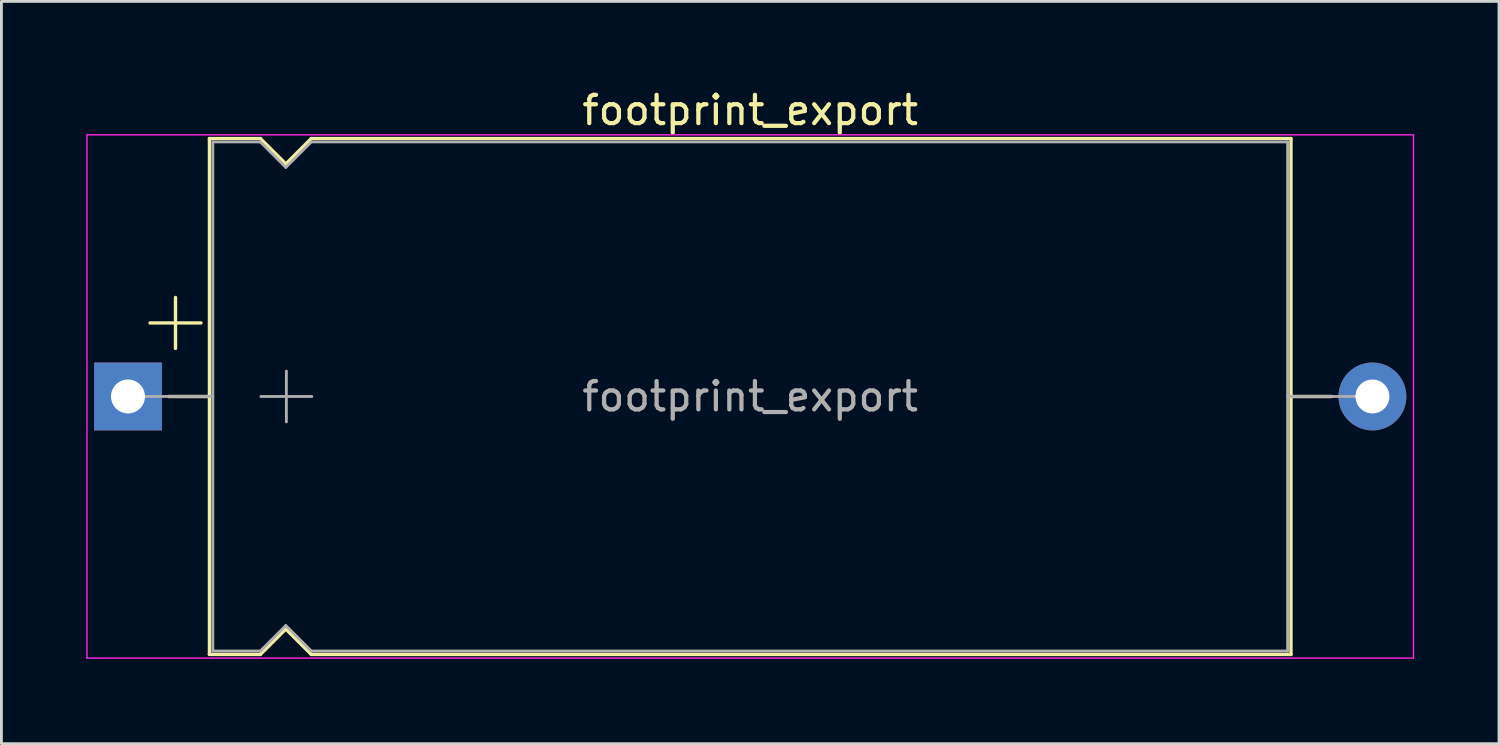
<source format=kicad_pcb>
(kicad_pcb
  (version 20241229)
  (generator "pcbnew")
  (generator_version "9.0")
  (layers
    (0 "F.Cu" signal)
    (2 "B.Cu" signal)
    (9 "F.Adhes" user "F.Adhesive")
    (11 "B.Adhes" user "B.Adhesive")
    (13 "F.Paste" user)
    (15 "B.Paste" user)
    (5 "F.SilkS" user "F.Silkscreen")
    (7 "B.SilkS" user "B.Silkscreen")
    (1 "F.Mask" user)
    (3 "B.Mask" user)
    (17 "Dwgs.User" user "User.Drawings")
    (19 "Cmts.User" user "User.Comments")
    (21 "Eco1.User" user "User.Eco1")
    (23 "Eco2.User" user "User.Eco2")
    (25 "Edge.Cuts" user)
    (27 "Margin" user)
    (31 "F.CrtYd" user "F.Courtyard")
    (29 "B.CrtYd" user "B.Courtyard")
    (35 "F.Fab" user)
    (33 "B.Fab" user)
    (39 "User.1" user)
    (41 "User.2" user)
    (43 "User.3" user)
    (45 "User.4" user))
  (footprint "footprint_export"
    (layer "F.Cu")
    (at 1.475 10.968)
    (property "Reference" "footprint_export" (at 22 -10.12 0) (layer "F.SilkS") (effects (font (size 1 1) (thickness 0.15))))
    (attr through_hole)
    (fp_line (start 0.78 -2.6) (end 2.58 -2.6) (stroke (width 0.12) (type solid)) (layer "F.SilkS"))
    (fp_line (start 1.44 0) (end 2.88 0) (stroke (width 0.12) (type solid)) (layer "F.SilkS"))
    (fp_line (start 1.68 -3.5) (end 1.68 -1.7) (stroke (width 0.12) (type solid)) (layer "F.SilkS"))
    (fp_line (start 2.88 -9.12) (end 2.88 9.12) (stroke (width 0.12) (type solid)) (layer "F.SilkS"))
    (fp_line (start 2.88 -9.12) (end 4.68 -9.12) (stroke (width 0.12) (type solid)) (layer "F.SilkS"))
    (fp_line (start 2.88 9.12) (end 4.68 9.12) (stroke (width 0.12) (type solid)) (layer "F.SilkS"))
    (fp_line (start 4.68 -9.12) (end 5.58 -8.22) (stroke (width 0.12) (type solid)) (layer "F.SilkS"))
    (fp_line (start 4.68 9.12) (end 5.58 8.22) (stroke (width 0.12) (type solid)) (layer "F.SilkS"))
    (fp_line (start 5.58 -8.22) (end 6.48 -9.12) (stroke (width 0.12) (type solid)) (layer "F.SilkS"))
    (fp_line (start 5.58 8.22) (end 6.48 9.12) (stroke (width 0.12) (type solid)) (layer "F.SilkS"))
    (fp_line (start 6.48 -9.12) (end 41.12 -9.12) (stroke (width 0.12) (type solid)) (layer "F.SilkS"))
    (fp_line (start 6.48 9.12) (end 41.12 9.12) (stroke (width 0.12) (type solid)) (layer "F.SilkS"))
    (fp_line (start 41.12 -9.12) (end 41.12 9.12) (stroke (width 0.12) (type solid)) (layer "F.SilkS"))
    (fp_line (start 42.56 0) (end 41.12 0) (stroke (width 0.12) (type solid)) (layer "F.SilkS"))
    (fp_line (start -1.45 -9.25) (end -1.45 9.25) (stroke (width 0.05) (type solid)) (layer "F.CrtYd"))
    (fp_line (start -1.45 9.25) (end 45.45 9.25) (stroke (width 0.05) (type solid)) (layer "F.CrtYd"))
    (fp_line (start 45.45 -9.25) (end -1.45 -9.25) (stroke (width 0.05) (type solid)) (layer "F.CrtYd"))
    (fp_line (start 45.45 9.25) (end 45.45 -9.25) (stroke (width 0.05) (type solid)) (layer "F.CrtYd"))
    (fp_line (start 0 0) (end 3 0) (stroke (width 0.1) (type solid)) (layer "F.Fab"))
    (fp_line (start 3 -9) (end 3 9) (stroke (width 0.1) (type solid)) (layer "F.Fab"))
    (fp_line (start 3 -9) (end 4.68 -9) (stroke (width 0.1) (type solid)) (layer "F.Fab"))
    (fp_line (start 3 9) (end 4.68 9) (stroke (width 0.1) (type solid)) (layer "F.Fab"))
    (fp_line (start 4.68 -9) (end 5.58 -8.1) (stroke (width 0.1) (type solid)) (layer "F.Fab"))
    (fp_line (start 4.68 9) (end 5.58 8.1) (stroke (width 0.1) (type solid)) (layer "F.Fab"))
    (fp_line (start 4.7 0) (end 6.5 0) (stroke (width 0.1) (type solid)) (layer "F.Fab"))
    (fp_line (start 5.58 -8.1) (end 6.48 -9) (stroke (width 0.1) (type solid)) (layer "F.Fab"))
    (fp_line (start 5.58 8.1) (end 6.48 9) (stroke (width 0.1) (type solid)) (layer "F.Fab"))
    (fp_line (start 5.6 -0.9) (end 5.6 0.9) (stroke (width 0.1) (type solid)) (layer "F.Fab"))
    (fp_line (start 6.48 -9) (end 41 -9) (stroke (width 0.1) (type solid)) (layer "F.Fab"))
    (fp_line (start 6.48 9) (end 41 9) (stroke (width 0.1) (type solid)) (layer "F.Fab"))
    (fp_line (start 41 -9) (end 41 9) (stroke (width 0.1) (type solid)) (layer "F.Fab"))
    (fp_line (start 44 0) (end 41 0) (stroke (width 0.1) (type solid)) (layer "F.Fab"))
    (fp_text user "${REFERENCE}" (at 22 0 0) (layer "F.Fab") (effects (font (size 1 1) (thickness 0.15))))
    (pad "1" thru_hole rect (at 0 0) (size 2.4 2.4) (drill 1.2) (layers "*.Cu" "*.Mask"))
    (pad "2" thru_hole oval (at 44 0) (size 2.4 2.4) (drill 1.2) (layers "*.Cu" "*.Mask")))
  (gr_rect
    (start -3 -3)
    (end 49.95 23.243)
    (stroke (width 0.1) (type default))
    (fill no)
    (layer "Edge.Cuts")))
</source>
